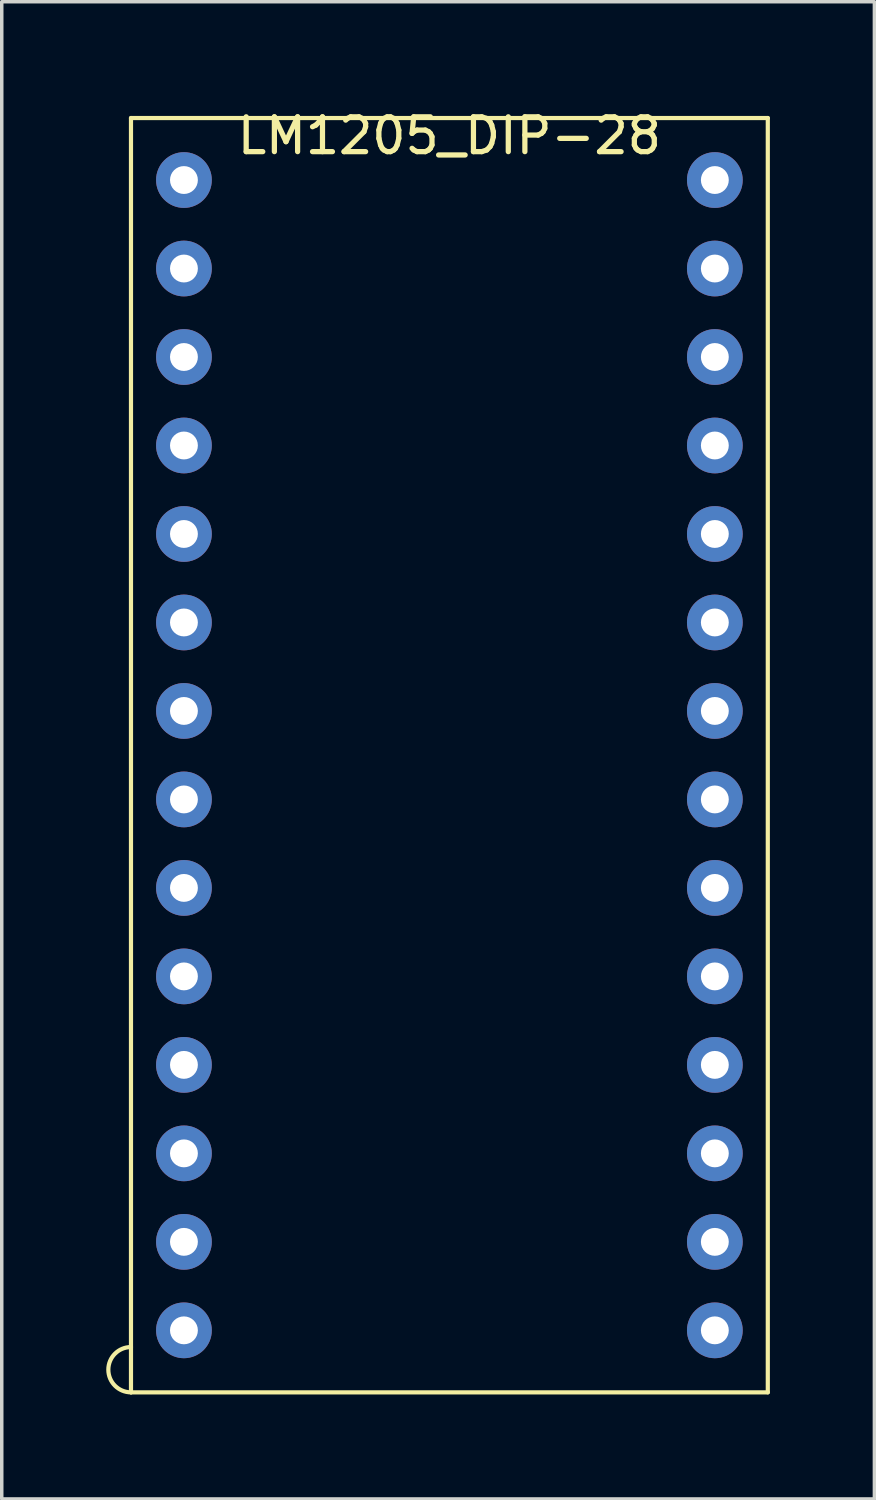
<source format=kicad_pcb>
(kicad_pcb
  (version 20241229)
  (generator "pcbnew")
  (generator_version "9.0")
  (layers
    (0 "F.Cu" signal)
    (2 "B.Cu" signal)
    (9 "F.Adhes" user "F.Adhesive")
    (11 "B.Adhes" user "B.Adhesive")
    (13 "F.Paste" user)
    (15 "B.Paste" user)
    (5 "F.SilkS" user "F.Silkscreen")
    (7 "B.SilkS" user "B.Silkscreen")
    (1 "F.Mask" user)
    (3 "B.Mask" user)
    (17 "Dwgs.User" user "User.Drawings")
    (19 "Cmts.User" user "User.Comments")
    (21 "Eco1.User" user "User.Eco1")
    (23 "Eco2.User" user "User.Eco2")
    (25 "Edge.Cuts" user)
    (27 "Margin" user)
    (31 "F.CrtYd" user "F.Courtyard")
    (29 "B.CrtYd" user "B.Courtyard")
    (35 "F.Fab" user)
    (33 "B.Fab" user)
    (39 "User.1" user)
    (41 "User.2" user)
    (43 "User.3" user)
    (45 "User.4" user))
  (footprint "LM1205_DIP-28"
    (layer "F.Cu")
    (at 9.85 18.628)
    (property "Reference" "LM1205_DIP-28" (at 0 -17.78 0) (layer "F.SilkS") (effects (font (size 1 1) (thickness 0.15))))
    (attr through_hole)
    (fp_line (start -9.14 -18.29) (end -9.14 18.29) (stroke (width 0.12) (type solid)) (layer "F.SilkS"))
    (fp_line (start -9.14 18.29) (end 9.14 18.29) (stroke (width 0.12) (type solid)) (layer "F.SilkS"))
    (fp_line (start 9.14 -18.29) (end -9.14 -18.29) (stroke (width 0.12) (type solid)) (layer "F.SilkS"))
    (fp_line (start 9.14 18.29) (end 9.14 -18.29) (stroke (width 0.12) (type solid)) (layer "F.SilkS"))
    (fp_arc (start -9.14 18.29) (mid -9.79 17.64) (end -9.14 16.99) (stroke (width 0.12) (type solid)) (layer "F.SilkS"))
    (pad "1" thru_hole oval (at -7.62 16.51) (size 1.6 1.6) (drill 0.8) (layers "*.Cu" "*.Mask"))
    (pad "2" thru_hole oval (at -7.62 13.97) (size 1.6 1.6) (drill 0.8) (layers "*.Cu" "*.Mask"))
    (pad "3" thru_hole oval (at -7.62 11.43) (size 1.6 1.6) (drill 0.8) (layers "*.Cu" "*.Mask"))
    (pad "4" thru_hole oval (at -7.62 8.89) (size 1.6 1.6) (drill 0.8) (layers "*.Cu" "*.Mask"))
    (pad "5" thru_hole oval (at -7.62 6.35) (size 1.6 1.6) (drill 0.8) (layers "*.Cu" "*.Mask"))
    (pad "6" thru_hole oval (at -7.62 3.81) (size 1.6 1.6) (drill 0.8) (layers "*.Cu" "*.Mask"))
    (pad "7" thru_hole oval (at -7.62 1.27) (size 1.6 1.6) (drill 0.8) (layers "*.Cu" "*.Mask"))
    (pad "8" thru_hole oval (at -7.62 -1.27) (size 1.6 1.6) (drill 0.8) (layers "*.Cu" "*.Mask"))
    (pad "9" thru_hole oval (at -7.62 -3.81) (size 1.6 1.6) (drill 0.8) (layers "*.Cu" "*.Mask"))
    (pad "10" thru_hole oval (at -7.62 -6.35) (size 1.6 1.6) (drill 0.8) (layers "*.Cu" "*.Mask"))
    (pad "11" thru_hole oval (at -7.62 -8.89) (size 1.6 1.6) (drill 0.8) (layers "*.Cu" "*.Mask"))
    (pad "12" thru_hole oval (at -7.62 -11.43) (size 1.6 1.6) (drill 0.8) (layers "*.Cu" "*.Mask"))
    (pad "13" thru_hole oval (at -7.62 -13.97) (size 1.6 1.6) (drill 0.8) (layers "*.Cu" "*.Mask"))
    (pad "14" thru_hole oval (at -7.62 -16.51) (size 1.6 1.6) (drill 0.8) (layers "*.Cu" "*.Mask"))
    (pad "15" thru_hole oval (at 7.62 -16.51) (size 1.6 1.6) (drill 0.8) (layers "*.Cu" "*.Mask"))
    (pad "16" thru_hole oval (at 7.62 -13.97) (size 1.6 1.6) (drill 0.8) (layers "*.Cu" "*.Mask"))
    (pad "17" thru_hole oval (at 7.62 -11.43) (size 1.6 1.6) (drill 0.8) (layers "*.Cu" "*.Mask"))
    (pad "18" thru_hole oval (at 7.62 -8.89) (size 1.6 1.6) (drill 0.8) (layers "*.Cu" "*.Mask"))
    (pad "19" thru_hole oval (at 7.62 -6.35) (size 1.6 1.6) (drill 0.8) (layers "*.Cu" "*.Mask"))
    (pad "20" thru_hole oval (at 7.62 -3.81) (size 1.6 1.6) (drill 0.8) (layers "*.Cu" "*.Mask"))
    (pad "21" thru_hole oval (at 7.62 -1.27) (size 1.6 1.6) (drill 0.8) (layers "*.Cu" "*.Mask"))
    (pad "22" thru_hole oval (at 7.62 1.27) (size 1.6 1.6) (drill 0.8) (layers "*.Cu" "*.Mask"))
    (pad "23" thru_hole oval (at 7.62 3.81) (size 1.6 1.6) (drill 0.8) (layers "*.Cu" "*.Mask"))
    (pad "24" thru_hole oval (at 7.62 6.35) (size 1.6 1.6) (drill 0.8) (layers "*.Cu" "*.Mask"))
    (pad "25" thru_hole oval (at 7.62 8.89) (size 1.6 1.6) (drill 0.8) (layers "*.Cu" "*.Mask"))
    (pad "26" thru_hole oval (at 7.62 11.43) (size 1.6 1.6) (drill 0.8) (layers "*.Cu" "*.Mask"))
    (pad "27" thru_hole oval (at 7.62 13.97) (size 1.6 1.6) (drill 0.8) (layers "*.Cu" "*.Mask"))
    (pad "28" thru_hole oval (at 7.62 16.51) (size 1.6 1.6) (drill 0.8) (layers "*.Cu" "*.Mask")))
  (gr_rect
    (start -3 -3)
    (end 22.05 39.978)
    (stroke (width 0.1) (type default))
    (fill no)
    (layer "Edge.Cuts")))
</source>
